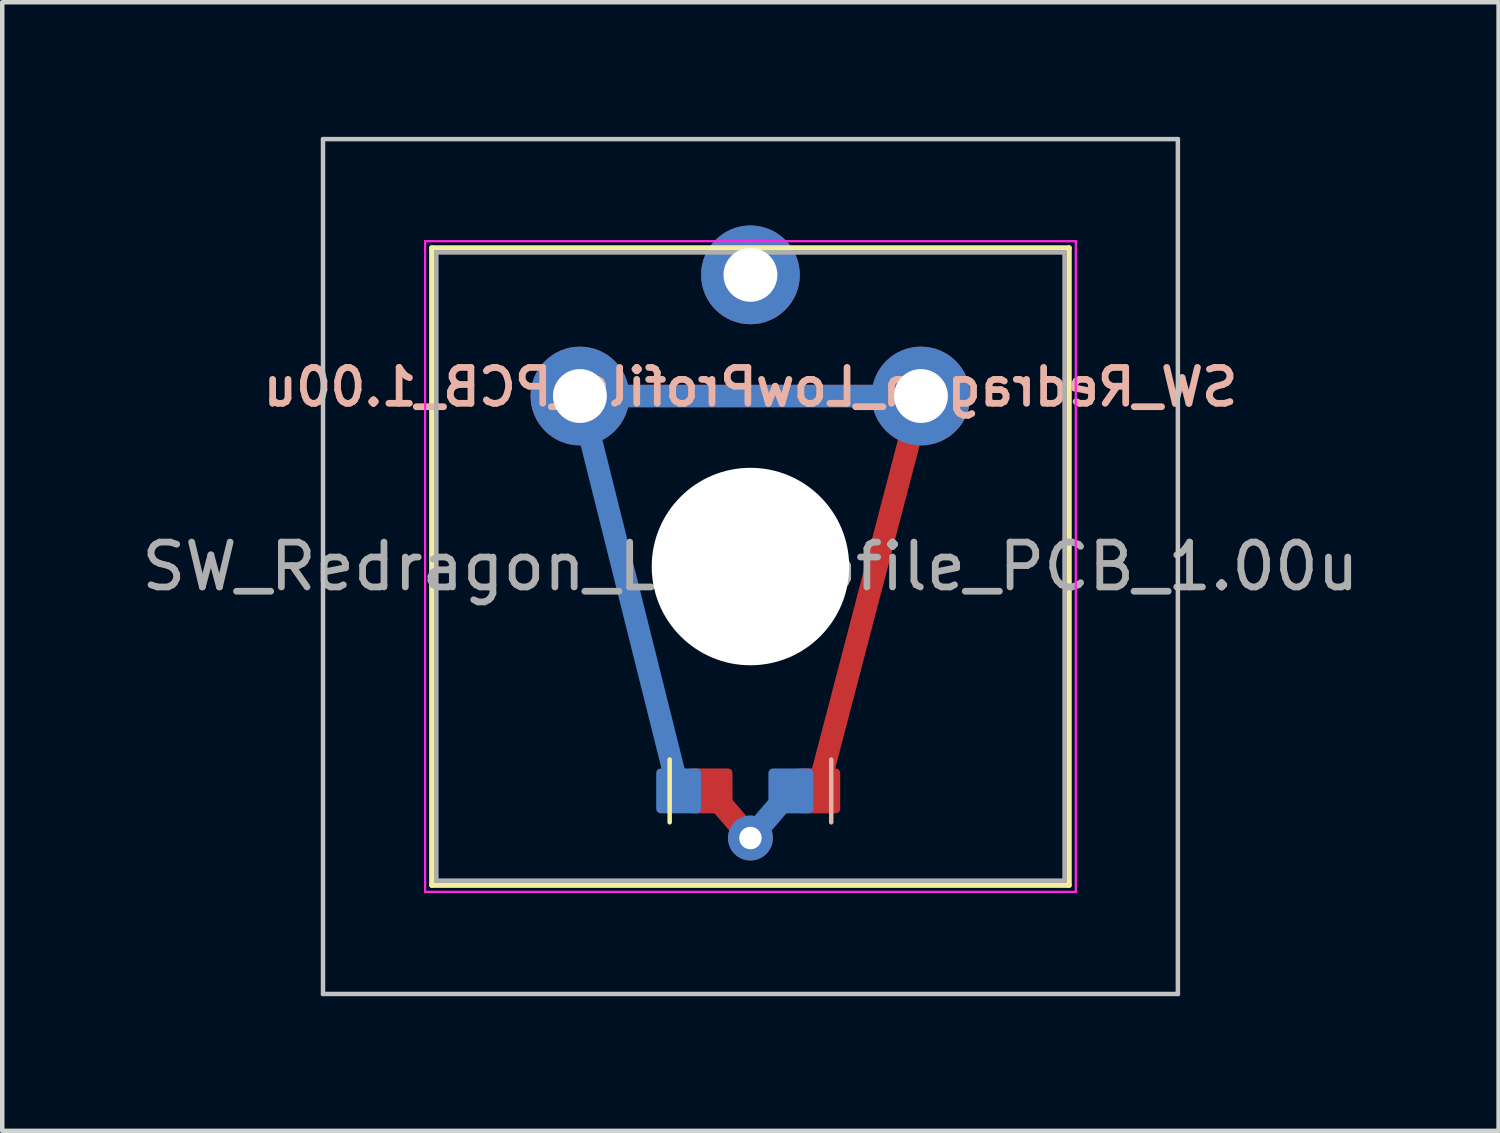
<source format=kicad_pcb>
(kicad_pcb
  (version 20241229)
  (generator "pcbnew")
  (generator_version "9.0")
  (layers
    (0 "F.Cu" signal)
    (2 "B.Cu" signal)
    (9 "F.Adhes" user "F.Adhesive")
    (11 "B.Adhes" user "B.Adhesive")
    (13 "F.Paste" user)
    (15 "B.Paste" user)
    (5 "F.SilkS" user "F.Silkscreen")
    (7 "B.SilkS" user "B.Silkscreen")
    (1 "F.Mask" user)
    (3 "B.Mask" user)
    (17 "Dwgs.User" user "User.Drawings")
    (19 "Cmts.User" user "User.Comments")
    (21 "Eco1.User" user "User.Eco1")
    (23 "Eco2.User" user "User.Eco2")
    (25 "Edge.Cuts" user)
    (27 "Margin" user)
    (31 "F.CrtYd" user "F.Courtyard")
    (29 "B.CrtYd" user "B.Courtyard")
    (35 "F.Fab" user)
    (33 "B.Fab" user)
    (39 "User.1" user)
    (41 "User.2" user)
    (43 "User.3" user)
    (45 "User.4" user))
  (footprint "SW_Redragon_LowProfile_PCB_1.00u"
    (layer "F.Cu")
    (at 13.673 9.575)
    (property "Reference" "SW_Redragon_LowProfile_PCB_1.00u" (at 0 -4 180) (layer "B.SilkS") (effects (font (size 0.8 0.8) (thickness 0.15)) (justify mirror)))
    (attr through_hole)
    (fp_line (start 0 6.05) (end -0.9 5) (stroke (width 0.5) (type solid)) (layer "F.Cu"))
    (fp_line (start 3.8 -3.8) (end -3.8 -3.8) (stroke (width 0.5) (type solid)) (layer "F.Cu"))
    (fp_line (start 3.8 -3.8) (end 1.5 5) (stroke (width 0.5) (type solid)) (layer "F.Cu"))
    (fp_line (start -3.8 -3.8) (end -1.6 5) (stroke (width 0.5) (type solid)) (layer "B.Cu"))
    (fp_line (start 0 6.05) (end 0.9 5) (stroke (width 0.5) (type solid)) (layer "B.Cu"))
    (fp_line (start 3.8 -3.8) (end -3.8 -3.8) (stroke (width 0.5) (type solid)) (layer "B.Cu"))
    (fp_line (start -7.1 -7.1) (end -7.1 7.1) (stroke (width 0.12) (type solid)) (layer "F.SilkS"))
    (fp_line (start -7.1 7.1) (end 7.1 7.1) (stroke (width 0.12) (type solid)) (layer "F.SilkS"))
    (fp_line (start -1.8 4.3) (end -1.8 5.7) (stroke (width 0.1) (type default)) (layer "F.SilkS"))
    (fp_line (start 7.1 -7.1) (end -7.1 -7.1) (stroke (width 0.12) (type solid)) (layer "F.SilkS"))
    (fp_line (start 7.1 7.1) (end 7.1 -7.1) (stroke (width 0.12) (type solid)) (layer "F.SilkS"))
    (fp_line (start 1.8 4.3) (end 1.8 5.7) (stroke (width 0.1) (type default)) (layer "B.SilkS"))
    (fp_line (start -9.525 -9.525) (end -9.525 9.525) (stroke (width 0.1) (type solid)) (layer "Dwgs.User"))
    (fp_line (start -9.525 9.525) (end 9.525 9.525) (stroke (width 0.1) (type solid)) (layer "Dwgs.User"))
    (fp_line (start 9.525 -9.525) (end -9.525 -9.525) (stroke (width 0.1) (type solid)) (layer "Dwgs.User"))
    (fp_line (start 9.525 9.525) (end 9.525 -9.525) (stroke (width 0.1) (type solid)) (layer "Dwgs.User"))
    (fp_line (start -7 -7) (end -7 7) (stroke (width 0.1) (type solid)) (layer "Eco1.User"))
    (fp_line (start -7 7) (end 7 7) (stroke (width 0.1) (type solid)) (layer "Eco1.User"))
    (fp_line (start 7 -7) (end -7 -7) (stroke (width 0.1) (type solid)) (layer "Eco1.User"))
    (fp_line (start 7 7) (end 7 -7) (stroke (width 0.1) (type solid)) (layer "Eco1.User"))
    (fp_line (start -7.25 -7.25) (end -7.25 7.25) (stroke (width 0.05) (type solid)) (layer "F.CrtYd"))
    (fp_line (start -7.25 7.25) (end 7.25 7.25) (stroke (width 0.05) (type solid)) (layer "F.CrtYd"))
    (fp_line (start 7.25 -7.25) (end -7.25 -7.25) (stroke (width 0.05) (type solid)) (layer "F.CrtYd"))
    (fp_line (start 7.25 7.25) (end 7.25 -7.25) (stroke (width 0.05) (type solid)) (layer "F.CrtYd"))
    (fp_line (start -7 -7) (end -7 7) (stroke (width 0.1) (type solid)) (layer "F.Fab"))
    (fp_line (start -7 7) (end 7 7) (stroke (width 0.1) (type solid)) (layer "F.Fab"))
    (fp_line (start 7 -7) (end -7 -7) (stroke (width 0.1) (type solid)) (layer "F.Fab"))
    (fp_line (start 7 7) (end 7 -7) (stroke (width 0.1) (type solid)) (layer "F.Fab"))
    (fp_text user "${REFERENCE}" (at 0 0 180) (layer "F.Fab") (effects (font (size 1 1) (thickness 0.15))))
    (pad "" np_thru_hole circle (at 0 0 180) (size 4.4 4.4) (drill 4.4) (layers "*.Cu" "*.Mask"))
    (pad "1" thru_hole circle (at 0 -6.5 180) (size 2.2 2.2) (drill 1.2) (layers "*.Cu" "B.Mask"))
    (pad "2" thru_hole circle (at -3.8 -3.8 180) (size 2.2 2.2) (drill 1.2) (layers "*.Cu" "B.Mask"))
    (pad "2" smd roundrect (at -1.6 5) (size 1 1) (layers "B.Cu" "B.Mask") (roundrect_rratio 0.1))
    (pad "2" smd roundrect (at 1.5 5) (size 1 1) (layers "F.Cu" "F.Mask") (roundrect_rratio 0.1))
    (pad "2" thru_hole circle (at 3.8 -3.8 180) (size 2.2 2.2) (drill 1.2) (layers "*.Cu" "*.Mask"))
    (pad "3" smd roundrect (at -0.9 5) (size 1 1) (layers "F.Cu" "F.Mask") (roundrect_rratio 0.1))
    (pad "3" thru_hole circle (at 0 6.05 180) (size 1 1) (drill 0.5) (layers "*.Cu" "B.Mask"))
    (pad "3" smd roundrect (at 0.9 5) (size 1 1) (layers "B.Cu" "B.Mask") (roundrect_rratio 0.1)))
  (gr_rect
    (start -3 -3)
    (end 30.345 22.15)
    (stroke (width 0.1) (type default))
    (fill no)
    (layer "Edge.Cuts")))
</source>
